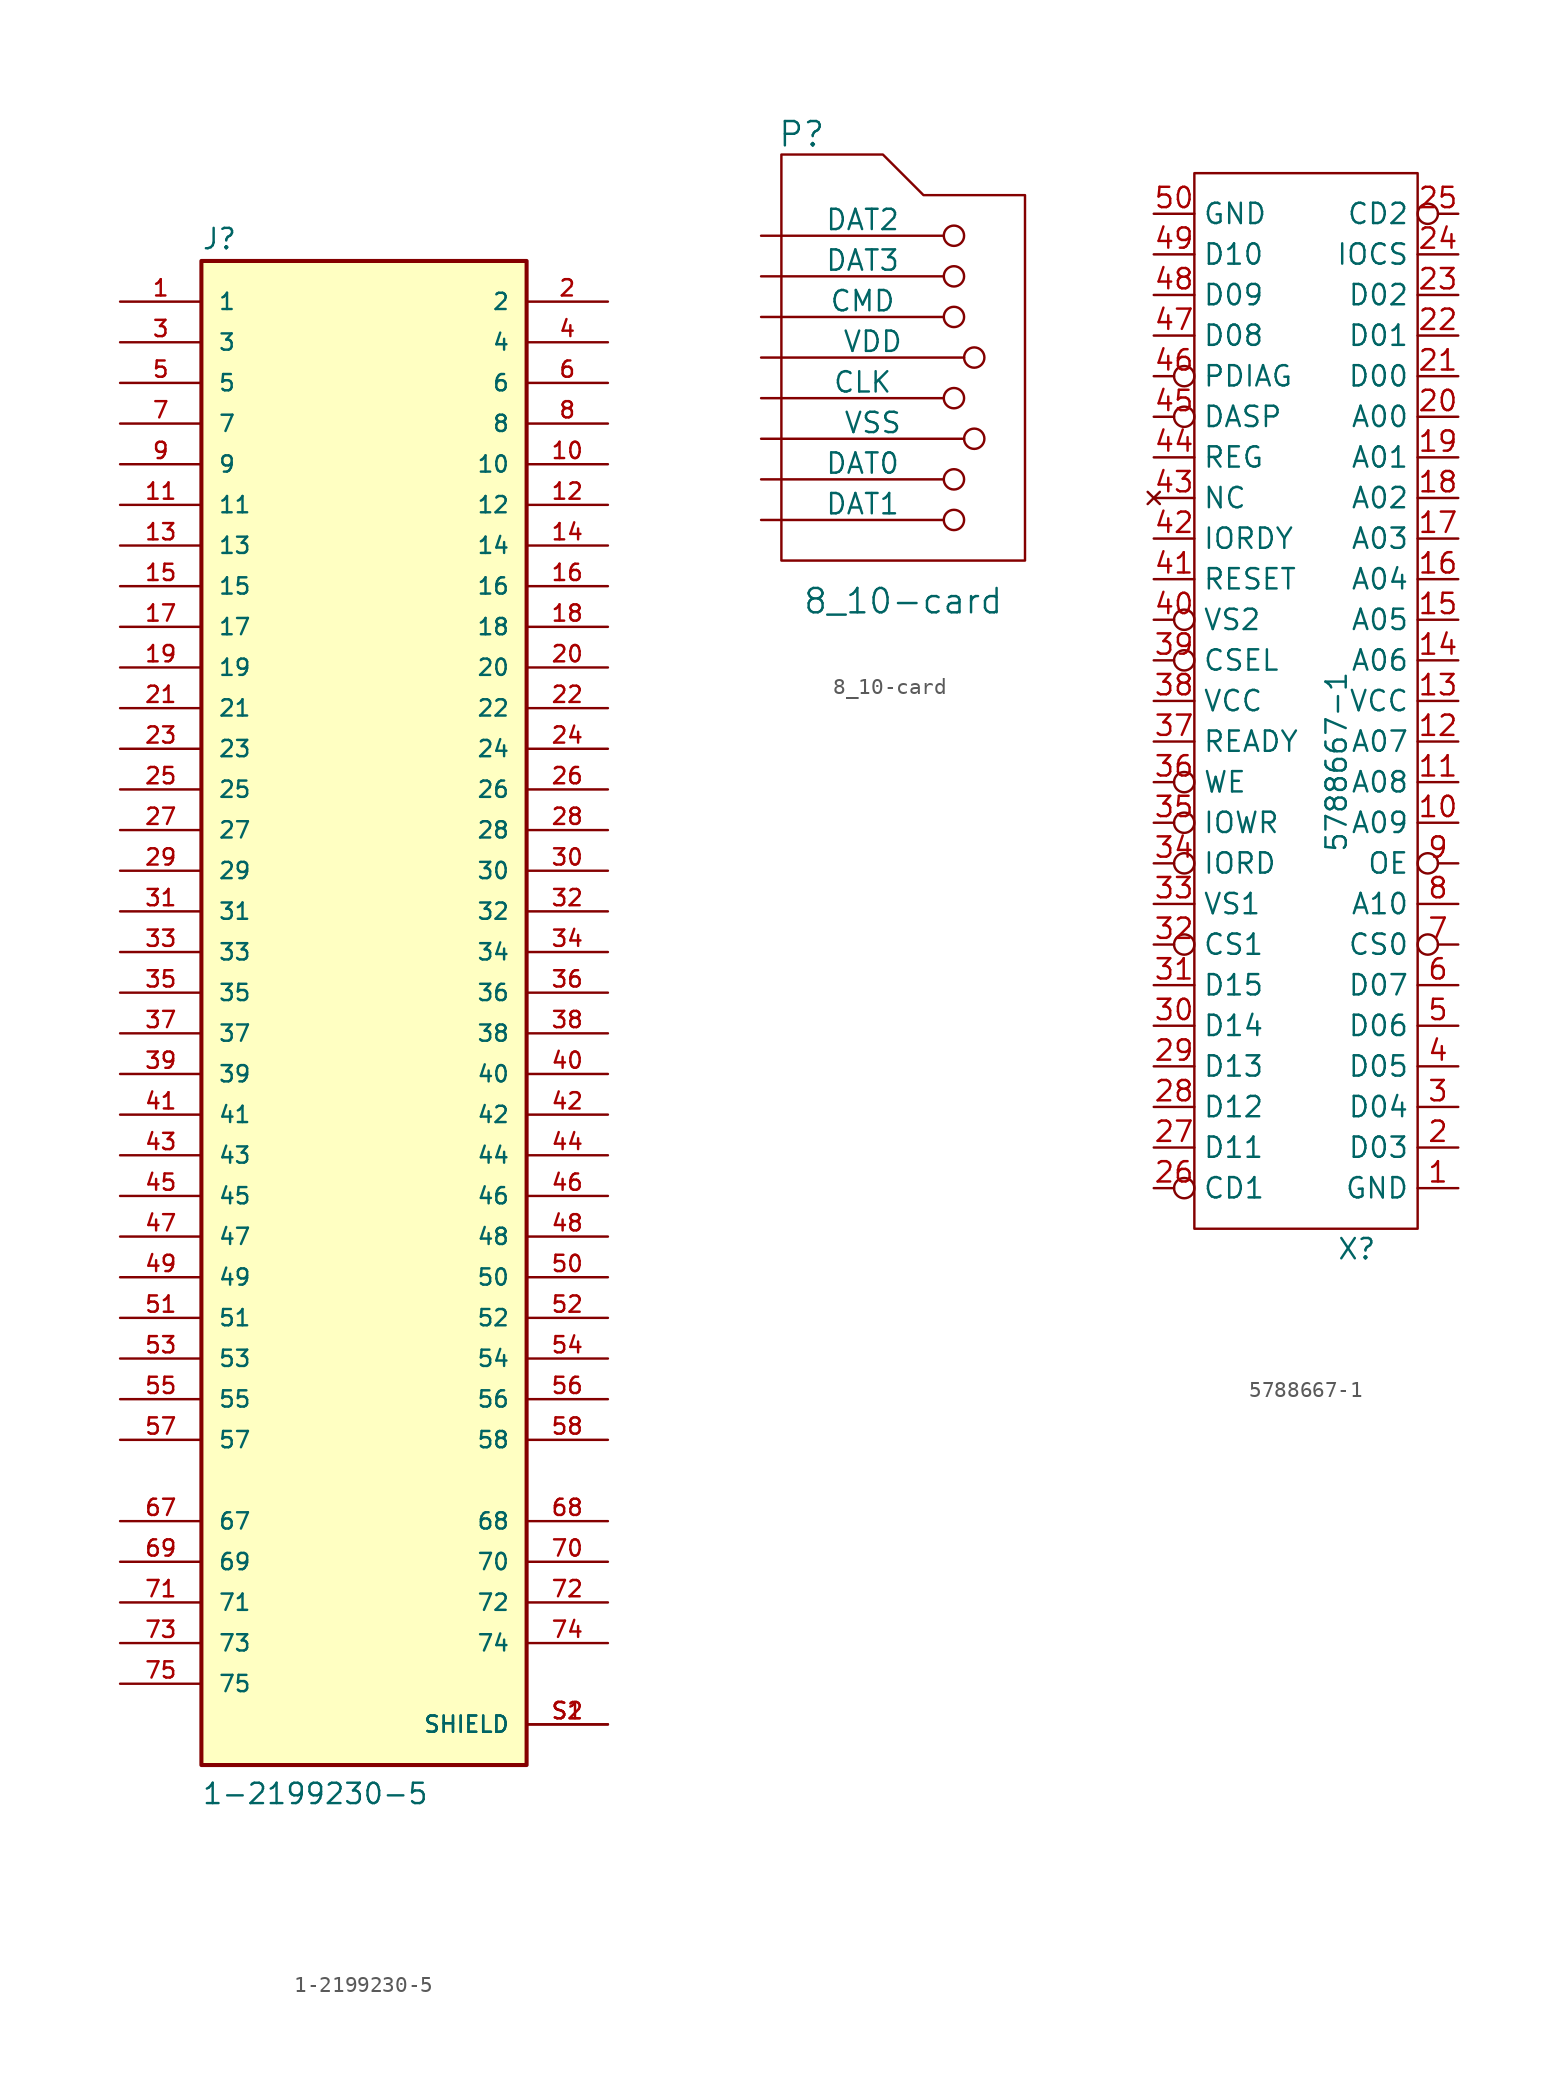
<source format=kicad_sym>
(kicad_symbol_lib
  (version 20220914)
  (generator kicad_symbol_editor)
  (symbol "1-2199230-5"
    (pin_names
      (offset 1.016))
    (property "Reference" "J"
      (at -10.16 46.355 0)
      (effects (font (size 1.27 1.27)) (justify left bottom)))
    (property "Value" "1-2199230-5"
      (at -10.16 -50.8 0)
      (effects (font (size 1.27 1.27)) (justify left bottom)))
    (symbol "1-2199230-5_0_0"
      (rectangle (start -10.16 -48.26) (end 10.16 45.72) (stroke (width 0.254) (type default)) (fill (type background)))
      (pin passive line (at -15.24 43.18 0) (length 5.08) (name "1" (effects (font (size 1.016 1.016)))) (number "1" (effects (font (size 1.016 1.016)))))
      (pin passive line (at 15.24 33.02 180) (length 5.08) (name "10" (effects (font (size 1.016 1.016)))) (number "10" (effects (font (size 1.016 1.016)))))
      (pin passive line (at -15.24 30.48 0) (length 5.08) (name "11" (effects (font (size 1.016 1.016)))) (number "11" (effects (font (size 1.016 1.016)))))
      (pin passive line (at 15.24 30.48 180) (length 5.08) (name "12" (effects (font (size 1.016 1.016)))) (number "12" (effects (font (size 1.016 1.016)))))
      (pin passive line (at -15.24 27.94 0) (length 5.08) (name "13" (effects (font (size 1.016 1.016)))) (number "13" (effects (font (size 1.016 1.016)))))
      (pin passive line (at 15.24 27.94 180) (length 5.08) (name "14" (effects (font (size 1.016 1.016)))) (number "14" (effects (font (size 1.016 1.016)))))
      (pin passive line (at -15.24 25.4 0) (length 5.08) (name "15" (effects (font (size 1.016 1.016)))) (number "15" (effects (font (size 1.016 1.016)))))
      (pin passive line (at 15.24 25.4 180) (length 5.08) (name "16" (effects (font (size 1.016 1.016)))) (number "16" (effects (font (size 1.016 1.016)))))
      (pin passive line (at -15.24 22.86 0) (length 5.08) (name "17" (effects (font (size 1.016 1.016)))) (number "17" (effects (font (size 1.016 1.016)))))
      (pin passive line (at 15.24 22.86 180) (length 5.08) (name "18" (effects (font (size 1.016 1.016)))) (number "18" (effects (font (size 1.016 1.016)))))
      (pin passive line (at -15.24 20.32 0) (length 5.08) (name "19" (effects (font (size 1.016 1.016)))) (number "19" (effects (font (size 1.016 1.016)))))
      (pin passive line (at 15.24 43.18 180) (length 5.08) (name "2" (effects (font (size 1.016 1.016)))) (number "2" (effects (font (size 1.016 1.016)))))
      (pin passive line (at 15.24 20.32 180) (length 5.08) (name "20" (effects (font (size 1.016 1.016)))) (number "20" (effects (font (size 1.016 1.016)))))
      (pin passive line (at -15.24 17.78 0) (length 5.08) (name "21" (effects (font (size 1.016 1.016)))) (number "21" (effects (font (size 1.016 1.016)))))
      (pin passive line (at 15.24 17.78 180) (length 5.08) (name "22" (effects (font (size 1.016 1.016)))) (number "22" (effects (font (size 1.016 1.016)))))
      (pin passive line (at -15.24 15.24 0) (length 5.08) (name "23" (effects (font (size 1.016 1.016)))) (number "23" (effects (font (size 1.016 1.016)))))
      (pin passive line (at 15.24 15.24 180) (length 5.08) (name "24" (effects (font (size 1.016 1.016)))) (number "24" (effects (font (size 1.016 1.016)))))
      (pin passive line (at -15.24 12.7 0) (length 5.08) (name "25" (effects (font (size 1.016 1.016)))) (number "25" (effects (font (size 1.016 1.016)))))
      (pin passive line (at 15.24 12.7 180) (length 5.08) (name "26" (effects (font (size 1.016 1.016)))) (number "26" (effects (font (size 1.016 1.016)))))
      (pin passive line (at -15.24 10.16 0) (length 5.08) (name "27" (effects (font (size 1.016 1.016)))) (number "27" (effects (font (size 1.016 1.016)))))
      (pin passive line (at 15.24 10.16 180) (length 5.08) (name "28" (effects (font (size 1.016 1.016)))) (number "28" (effects (font (size 1.016 1.016)))))
      (pin passive line (at -15.24 7.62 0) (length 5.08) (name "29" (effects (font (size 1.016 1.016)))) (number "29" (effects (font (size 1.016 1.016)))))
      (pin passive line (at -15.24 40.64 0) (length 5.08) (name "3" (effects (font (size 1.016 1.016)))) (number "3" (effects (font (size 1.016 1.016)))))
      (pin passive line (at 15.24 7.62 180) (length 5.08) (name "30" (effects (font (size 1.016 1.016)))) (number "30" (effects (font (size 1.016 1.016)))))
      (pin passive line (at -15.24 5.08 0) (length 5.08) (name "31" (effects (font (size 1.016 1.016)))) (number "31" (effects (font (size 1.016 1.016)))))
      (pin passive line (at 15.24 5.08 180) (length 5.08) (name "32" (effects (font (size 1.016 1.016)))) (number "32" (effects (font (size 1.016 1.016)))))
      (pin passive line (at -15.24 2.54 0) (length 5.08) (name "33" (effects (font (size 1.016 1.016)))) (number "33" (effects (font (size 1.016 1.016)))))
      (pin passive line (at 15.24 2.54 180) (length 5.08) (name "34" (effects (font (size 1.016 1.016)))) (number "34" (effects (font (size 1.016 1.016)))))
      (pin passive line (at -15.24 0 0) (length 5.08) (name "35" (effects (font (size 1.016 1.016)))) (number "35" (effects (font (size 1.016 1.016)))))
      (pin passive line (at 15.24 0 180) (length 5.08) (name "36" (effects (font (size 1.016 1.016)))) (number "36" (effects (font (size 1.016 1.016)))))
      (pin passive line (at -15.24 -2.54 0) (length 5.08) (name "37" (effects (font (size 1.016 1.016)))) (number "37" (effects (font (size 1.016 1.016)))))
      (pin passive line (at 15.24 -2.54 180) (length 5.08) (name "38" (effects (font (size 1.016 1.016)))) (number "38" (effects (font (size 1.016 1.016)))))
      (pin passive line (at -15.24 -5.08 0) (length 5.08) (name "39" (effects (font (size 1.016 1.016)))) (number "39" (effects (font (size 1.016 1.016)))))
      (pin passive line (at 15.24 40.64 180) (length 5.08) (name "4" (effects (font (size 1.016 1.016)))) (number "4" (effects (font (size 1.016 1.016)))))
      (pin passive line (at 15.24 -5.08 180) (length 5.08) (name "40" (effects (font (size 1.016 1.016)))) (number "40" (effects (font (size 1.016 1.016)))))
      (pin passive line (at -15.24 -7.62 0) (length 5.08) (name "41" (effects (font (size 1.016 1.016)))) (number "41" (effects (font (size 1.016 1.016)))))
      (pin passive line (at 15.24 -7.62 180) (length 5.08) (name "42" (effects (font (size 1.016 1.016)))) (number "42" (effects (font (size 1.016 1.016)))))
      (pin passive line (at -15.24 -10.16 0) (length 5.08) (name "43" (effects (font (size 1.016 1.016)))) (number "43" (effects (font (size 1.016 1.016)))))
      (pin passive line (at 15.24 -10.16 180) (length 5.08) (name "44" (effects (font (size 1.016 1.016)))) (number "44" (effects (font (size 1.016 1.016)))))
      (pin passive line (at -15.24 -12.7 0) (length 5.08) (name "45" (effects (font (size 1.016 1.016)))) (number "45" (effects (font (size 1.016 1.016)))))
      (pin passive line (at 15.24 -12.7 180) (length 5.08) (name "46" (effects (font (size 1.016 1.016)))) (number "46" (effects (font (size 1.016 1.016)))))
      (pin passive line (at -15.24 -15.24 0) (length 5.08) (name "47" (effects (font (size 1.016 1.016)))) (number "47" (effects (font (size 1.016 1.016)))))
      (pin passive line (at 15.24 -15.24 180) (length 5.08) (name "48" (effects (font (size 1.016 1.016)))) (number "48" (effects (font (size 1.016 1.016)))))
      (pin passive line (at -15.24 -17.78 0) (length 5.08) (name "49" (effects (font (size 1.016 1.016)))) (number "49" (effects (font (size 1.016 1.016)))))
      (pin passive line (at -15.24 38.1 0) (length 5.08) (name "5" (effects (font (size 1.016 1.016)))) (number "5" (effects (font (size 1.016 1.016)))))
      (pin passive line (at 15.24 -17.78 180) (length 5.08) (name "50" (effects (font (size 1.016 1.016)))) (number "50" (effects (font (size 1.016 1.016)))))
      (pin passive line (at -15.24 -20.32 0) (length 5.08) (name "51" (effects (font (size 1.016 1.016)))) (number "51" (effects (font (size 1.016 1.016)))))
      (pin passive line (at 15.24 -20.32 180) (length 5.08) (name "52" (effects (font (size 1.016 1.016)))) (number "52" (effects (font (size 1.016 1.016)))))
      (pin passive line (at -15.24 -22.86 0) (length 5.08) (name "53" (effects (font (size 1.016 1.016)))) (number "53" (effects (font (size 1.016 1.016)))))
      (pin passive line (at 15.24 -22.86 180) (length 5.08) (name "54" (effects (font (size 1.016 1.016)))) (number "54" (effects (font (size 1.016 1.016)))))
      (pin passive line (at -15.24 -25.4 0) (length 5.08) (name "55" (effects (font (size 1.016 1.016)))) (number "55" (effects (font (size 1.016 1.016)))))
      (pin passive line (at 15.24 -25.4 180) (length 5.08) (name "56" (effects (font (size 1.016 1.016)))) (number "56" (effects (font (size 1.016 1.016)))))
      (pin passive line (at -15.24 -27.94 0) (length 5.08) (name "57" (effects (font (size 1.016 1.016)))) (number "57" (effects (font (size 1.016 1.016)))))
      (pin passive line (at 15.24 -27.94 180) (length 5.08) (name "58" (effects (font (size 1.016 1.016)))) (number "58" (effects (font (size 1.016 1.016)))))
      (pin passive line (at 15.24 38.1 180) (length 5.08) (name "6" (effects (font (size 1.016 1.016)))) (number "6" (effects (font (size 1.016 1.016)))))
      (pin passive line (at -15.24 -33.02 0) (length 5.08) (name "67" (effects (font (size 1.016 1.016)))) (number "67" (effects (font (size 1.016 1.016)))))
      (pin passive line (at 15.24 -33.02 180) (length 5.08) (name "68" (effects (font (size 1.016 1.016)))) (number "68" (effects (font (size 1.016 1.016)))))
      (pin passive line (at -15.24 -35.56 0) (length 5.08) (name "69" (effects (font (size 1.016 1.016)))) (number "69" (effects (font (size 1.016 1.016)))))
      (pin passive line (at -15.24 35.56 0) (length 5.08) (name "7" (effects (font (size 1.016 1.016)))) (number "7" (effects (font (size 1.016 1.016)))))
      (pin passive line (at 15.24 -35.56 180) (length 5.08) (name "70" (effects (font (size 1.016 1.016)))) (number "70" (effects (font (size 1.016 1.016)))))
      (pin passive line (at -15.24 -38.1 0) (length 5.08) (name "71" (effects (font (size 1.016 1.016)))) (number "71" (effects (font (size 1.016 1.016)))))
      (pin passive line (at 15.24 -38.1 180) (length 5.08) (name "72" (effects (font (size 1.016 1.016)))) (number "72" (effects (font (size 1.016 1.016)))))
      (pin passive line (at -15.24 -40.64 0) (length 5.08) (name "73" (effects (font (size 1.016 1.016)))) (number "73" (effects (font (size 1.016 1.016)))))
      (pin passive line (at 15.24 -40.64 180) (length 5.08) (name "74" (effects (font (size 1.016 1.016)))) (number "74" (effects (font (size 1.016 1.016)))))
      (pin passive line (at -15.24 -43.18 0) (length 5.08) (name "75" (effects (font (size 1.016 1.016)))) (number "75" (effects (font (size 1.016 1.016)))))
      (pin passive line (at 15.24 35.56 180) (length 5.08) (name "8" (effects (font (size 1.016 1.016)))) (number "8" (effects (font (size 1.016 1.016)))))
      (pin passive line (at -15.24 33.02 0) (length 5.08) (name "9" (effects (font (size 1.016 1.016)))) (number "9" (effects (font (size 1.016 1.016)))))
      (pin passive line (at 15.24 -45.72 180) (length 5.08) (name "SHIELD" (effects (font (size 1.016 1.016)))) (number "S1" (effects (font (size 1.016 1.016)))))
      (pin passive line (at 15.24 -45.72 180) (length 5.08) (name "SHIELD" (effects (font (size 1.016 1.016)))) (number "S2" (effects (font (size 1.016 1.016)))))))
  (symbol "8_10-card"
    (pin_numbers hide)
    (pin_names
      (offset 0))
    (property "Reference" "P"
      (at -5.08 13.97 0)
      (effects (font (size 1.524 1.524))))
    (property "Value" "8_10-card"
      (at 1.27 -15.24 0)
      (effects (font (size 1.524 1.524))))
    (property "Footprint" ""
      (at 0 0 0)
      (effects (font (size 1.524 1.524))))
    (property "Datasheet" ""
      (at 0 0 0)
      (effects (font (size 1.524 1.524))))
    (symbol "8_10-card_0_1"
      (polyline (pts (xy -6.35 -12.7) (xy 8.89 -12.7) (xy 8.89 10.16) (xy 2.54 10.16) (xy 0 12.7) (xy -6.35 12.7) (xy -6.35 -12.7)) (stroke (width 0) (type default)) (fill (type none))))
    (symbol "8_10-card_1_1"
      (pin tri_state inverted (at -7.62 7.62 0) (length 12.7) (name "DAT2" (effects (font (size 1.27 1.27)))) (number "1" (effects (font (size 1.27 1.27)))))
      (pin tri_state inverted (at -7.62 5.08 0) (length 12.7) (name "DAT3" (effects (font (size 1.27 1.27)))) (number "2" (effects (font (size 1.27 1.27)))))
      (pin output inverted (at -7.62 2.54 0) (length 12.7) (name "CMD" (effects (font (size 1.27 1.27)))) (number "3" (effects (font (size 1.27 1.27)))))
      (pin power_out inverted (at -7.62 0 0) (length 13.97) (name "VDD" (effects (font (size 1.27 1.27)))) (number "4" (effects (font (size 1.27 1.27)))))
      (pin output inverted (at -7.62 -2.54 0) (length 12.7) (name "CLK" (effects (font (size 1.27 1.27)))) (number "5" (effects (font (size 1.27 1.27)))))
      (pin power_out inverted (at -7.62 -5.08 0) (length 13.97) (name "VSS" (effects (font (size 1.27 1.27)))) (number "6" (effects (font (size 1.27 1.27)))))
      (pin bidirectional inverted (at -7.62 -7.62 0) (length 12.7) (name "DAT0" (effects (font (size 1.27 1.27)))) (number "7" (effects (font (size 1.27 1.27)))))
      (pin bidirectional inverted (at -7.62 -10.16 0) (length 12.7) (name "DAT1" (effects (font (size 1.27 1.27)))) (number "8" (effects (font (size 1.27 1.27)))))))
  (symbol "5788667-1"
    (property "Reference" "X"
      (at 2.54 -33.02 0)
      (effects (font (size 1.27 1.27))))
    (property "Value" "5788667-1"
      (at 1.27 -2.54 90)
      (effects (font (size 1.27 1.27))))
    (symbol "5788667-1_0_0"
      (pin passive line (at 8.89 -29.21 180) (length 2.54) (name "GND" (effects (font (size 1.27 1.27)))) (number "1" (effects (font (size 1.27 1.27)))))
      (pin input line (at 8.89 -6.35 180) (length 2.54) (name "A09" (effects (font (size 1.27 1.27)))) (number "10" (effects (font (size 1.27 1.27)))))
      (pin input line (at 8.89 -3.81 180) (length 2.54) (name "A08" (effects (font (size 1.27 1.27)))) (number "11" (effects (font (size 1.27 1.27)))))
      (pin input line (at 8.89 -1.27 180) (length 2.54) (name "A07" (effects (font (size 1.27 1.27)))) (number "12" (effects (font (size 1.27 1.27)))))
      (pin power_in line (at 8.89 1.27 180) (length 2.54) (name "VCC" (effects (font (size 1.27 1.27)))) (number "13" (effects (font (size 1.27 1.27)))))
      (pin power_in line (at 8.89 3.81 180) (length 2.54) (name "A06" (effects (font (size 1.27 1.27)))) (number "14" (effects (font (size 1.27 1.27)))))
      (pin power_in line (at 8.89 6.35 180) (length 2.54) (name "A05" (effects (font (size 1.27 1.27)))) (number "15" (effects (font (size 1.27 1.27)))))
      (pin power_in line (at 8.89 8.89 180) (length 2.54) (name "A04" (effects (font (size 1.27 1.27)))) (number "16" (effects (font (size 1.27 1.27)))))
      (pin power_in line (at 8.89 11.43 180) (length 2.54) (name "A03" (effects (font (size 1.27 1.27)))) (number "17" (effects (font (size 1.27 1.27)))))
      (pin power_in line (at 8.89 13.97 180) (length 2.54) (name "A02" (effects (font (size 1.27 1.27)))) (number "18" (effects (font (size 1.27 1.27)))))
      (pin power_in line (at 8.89 16.51 180) (length 2.54) (name "A01" (effects (font (size 1.27 1.27)))) (number "19" (effects (font (size 1.27 1.27)))))
      (pin bidirectional line (at 8.89 -26.67 180) (length 2.54) (name "D03" (effects (font (size 1.27 1.27)))) (number "2" (effects (font (size 1.27 1.27)))))
      (pin power_in line (at 8.89 19.05 180) (length 2.54) (name "A00" (effects (font (size 1.27 1.27)))) (number "20" (effects (font (size 1.27 1.27)))))
      (pin bidirectional line (at 8.89 21.59 180) (length 2.54) (name "D00" (effects (font (size 1.27 1.27)))) (number "21" (effects (font (size 1.27 1.27)))))
      (pin bidirectional line (at 8.89 24.13 180) (length 2.54) (name "D01" (effects (font (size 1.27 1.27)))) (number "22" (effects (font (size 1.27 1.27)))))
      (pin bidirectional line (at 8.89 26.67 180) (length 2.54) (name "D02" (effects (font (size 1.27 1.27)))) (number "23" (effects (font (size 1.27 1.27)))))
      (pin power_in line (at 8.89 29.21 180) (length 2.54) (name "IOCS" (effects (font (size 1.27 1.27)))) (number "24" (effects (font (size 1.27 1.27)))))
      (pin output inverted (at 8.89 31.75 180) (length 2.54) (name "CD2" (effects (font (size 1.27 1.27)))) (number "25" (effects (font (size 1.27 1.27)))))
      (pin output inverted (at -10.16 -29.21 0) (length 2.54) (name "CD1" (effects (font (size 1.27 1.27)))) (number "26" (effects (font (size 1.27 1.27)))))
      (pin bidirectional line (at -10.16 -26.67 0) (length 2.54) (name "D11" (effects (font (size 1.27 1.27)))) (number "27" (effects (font (size 1.27 1.27)))))
      (pin bidirectional line (at -10.16 -24.13 0) (length 2.54) (name "D12" (effects (font (size 1.27 1.27)))) (number "28" (effects (font (size 1.27 1.27)))))
      (pin bidirectional line (at -10.16 -21.59 0) (length 2.54) (name "D13" (effects (font (size 1.27 1.27)))) (number "29" (effects (font (size 1.27 1.27)))))
      (pin bidirectional line (at 8.89 -24.13 180) (length 2.54) (name "D04" (effects (font (size 1.27 1.27)))) (number "3" (effects (font (size 1.27 1.27)))))
      (pin bidirectional line (at -10.16 -19.05 0) (length 2.54) (name "D14" (effects (font (size 1.27 1.27)))) (number "30" (effects (font (size 1.27 1.27)))))
      (pin bidirectional line (at -10.16 -16.51 0) (length 2.54) (name "D15" (effects (font (size 1.27 1.27)))) (number "31" (effects (font (size 1.27 1.27)))))
      (pin input inverted (at -10.16 -13.97 0) (length 2.54) (name "CS1" (effects (font (size 1.27 1.27)))) (number "32" (effects (font (size 1.27 1.27)))))
      (pin output line (at -10.16 -11.43 0) (length 2.54) (name "VS1" (effects (font (size 1.27 1.27)))) (number "33" (effects (font (size 1.27 1.27)))))
      (pin input inverted (at -10.16 -8.89 0) (length 2.54) (name "IORD" (effects (font (size 1.27 1.27)))) (number "34" (effects (font (size 1.27 1.27)))))
      (pin input inverted (at -10.16 -6.35 0) (length 2.54) (name "IOWR" (effects (font (size 1.27 1.27)))) (number "35" (effects (font (size 1.27 1.27)))))
      (pin input inverted (at -10.16 -3.81 0) (length 2.54) (name "WE" (effects (font (size 1.27 1.27)))) (number "36" (effects (font (size 1.27 1.27)))))
      (pin output line (at -10.16 -1.27 0) (length 2.54) (name "READY" (effects (font (size 1.27 1.27)))) (number "37" (effects (font (size 1.27 1.27)))))
      (pin power_in line (at -10.16 1.27 0) (length 2.54) (name "VCC" (effects (font (size 1.27 1.27)))) (number "38" (effects (font (size 1.27 1.27)))))
      (pin input inverted (at -10.16 3.81 0) (length 2.54) (name "CSEL" (effects (font (size 1.27 1.27)))) (number "39" (effects (font (size 1.27 1.27)))))
      (pin bidirectional line (at 8.89 -21.59 180) (length 2.54) (name "D05" (effects (font (size 1.27 1.27)))) (number "4" (effects (font (size 1.27 1.27)))))
      (pin input inverted (at -10.16 6.35 0) (length 2.54) (name "VS2" (effects (font (size 1.27 1.27)))) (number "40" (effects (font (size 1.27 1.27)))))
      (pin input line (at -10.16 8.89 0) (length 2.54) (name "RESET" (effects (font (size 1.27 1.27)))) (number "41" (effects (font (size 1.27 1.27)))))
      (pin output line (at -10.16 11.43 0) (length 2.54) (name "IORDY" (effects (font (size 1.27 1.27)))) (number "42" (effects (font (size 1.27 1.27)))))
      (pin no_connect line (at -10.16 13.97 0) (length 2.54) (name "NC" (effects (font (size 1.27 1.27)))) (number "43" (effects (font (size 1.27 1.27)))))
      (pin input line (at -10.16 16.51 0) (length 2.54) (name "REG" (effects (font (size 1.27 1.27)))) (number "44" (effects (font (size 1.27 1.27)))))
      (pin bidirectional inverted (at -10.16 19.05 0) (length 2.54) (name "DASP" (effects (font (size 1.27 1.27)))) (number "45" (effects (font (size 1.27 1.27)))))
      (pin bidirectional inverted (at -10.16 21.59 0) (length 2.54) (name "PDIAG" (effects (font (size 1.27 1.27)))) (number "46" (effects (font (size 1.27 1.27)))))
      (pin bidirectional line (at -10.16 24.13 0) (length 2.54) (name "D08" (effects (font (size 1.27 1.27)))) (number "47" (effects (font (size 1.27 1.27)))))
      (pin bidirectional line (at -10.16 26.67 0) (length 2.54) (name "D09" (effects (font (size 1.27 1.27)))) (number "48" (effects (font (size 1.27 1.27)))))
      (pin bidirectional line (at -10.16 29.21 0) (length 2.54) (name "D10" (effects (font (size 1.27 1.27)))) (number "49" (effects (font (size 1.27 1.27)))))
      (pin bidirectional line (at 8.89 -19.05 180) (length 2.54) (name "D06" (effects (font (size 1.27 1.27)))) (number "5" (effects (font (size 1.27 1.27)))))
      (pin passive line (at -10.16 31.75 0) (length 2.54) (name "GND" (effects (font (size 1.27 1.27)))) (number "50" (effects (font (size 1.27 1.27)))))
      (pin bidirectional line (at 8.89 -16.51 180) (length 2.54) (name "D07" (effects (font (size 1.27 1.27)))) (number "6" (effects (font (size 1.27 1.27)))))
      (pin input inverted (at 8.89 -13.97 180) (length 2.54) (name "CS0" (effects (font (size 1.27 1.27)))) (number "7" (effects (font (size 1.27 1.27)))))
      (pin input line (at 8.89 -11.43 180) (length 2.54) (name "A10" (effects (font (size 1.27 1.27)))) (number "8" (effects (font (size 1.27 1.27)))))
      (pin input inverted (at 8.89 -8.89 180) (length 2.54) (name "OE" (effects (font (size 1.27 1.27)))) (number "9" (effects (font (size 1.27 1.27))))))
    (symbol "5788667-1_0_1"
      (rectangle (start -7.62 34.29) (end 6.35 -31.75) (stroke (width 0) (type default)) (fill (type none))))))
</source>
